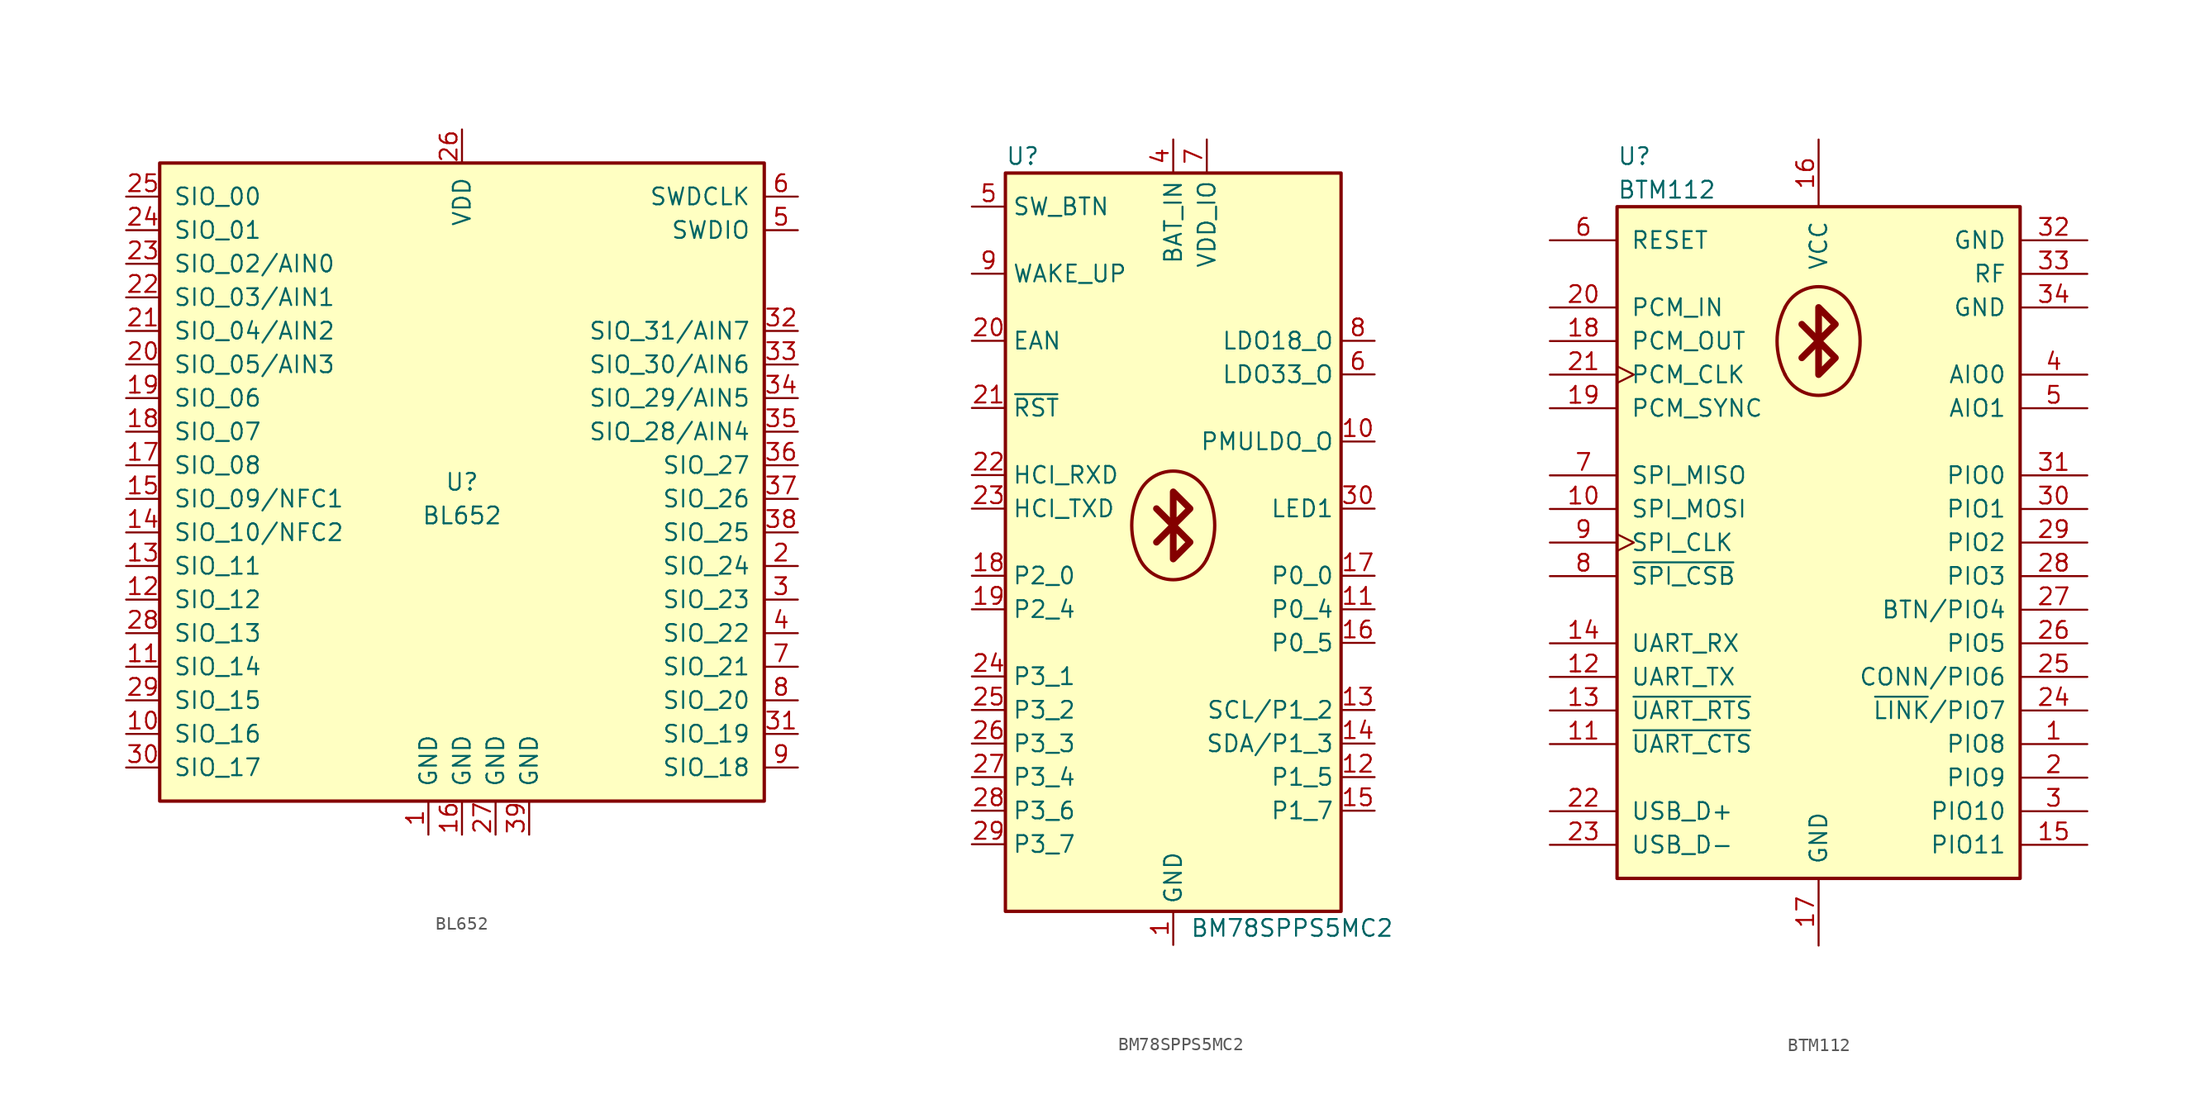
<source format=kicad_sym>
(kicad_symbol_lib
  (version 20231120)
  (generator "kicad_symbol_editor")
  (generator_version "8.0")
  (symbol "BL652"
    (pin_names
      (offset 1.016))
    (property "Reference" "U"
      (at 0 1.27 0)
      (effects (font (size 1.27 1.27))))
    (property "Value" "BL652"
      (at 0 -1.27 0)
      (effects (font (size 1.27 1.27))))
    (symbol "BL652_0_1"
      (rectangle (start 22.86 25.4) (end -22.86 -22.86) (stroke (width 0.254) (type default)) (fill (type background))))
    (symbol "BL652_1_1"
      (pin power_in line (at -2.54 -25.4 90) (length 2.54) (name "GND" (effects (font (size 1.27 1.27)))) (number "1" (effects (font (size 1.27 1.27)))))
      (pin bidirectional line (at -25.4 -17.78 0) (length 2.54) (name "SIO_16" (effects (font (size 1.27 1.27)))) (number "10" (effects (font (size 1.27 1.27)))))
      (pin bidirectional line (at -25.4 -12.7 0) (length 2.54) (name "SIO_14" (effects (font (size 1.27 1.27)))) (number "11" (effects (font (size 1.27 1.27)))))
      (pin bidirectional line (at -25.4 -7.62 0) (length 2.54) (name "SIO_12" (effects (font (size 1.27 1.27)))) (number "12" (effects (font (size 1.27 1.27)))))
      (pin bidirectional line (at -25.4 -5.08 0) (length 2.54) (name "SIO_11" (effects (font (size 1.27 1.27)))) (number "13" (effects (font (size 1.27 1.27)))))
      (pin bidirectional line (at -25.4 -2.54 0) (length 2.54) (name "SIO_10/NFC2" (effects (font (size 1.27 1.27)))) (number "14" (effects (font (size 1.27 1.27)))))
      (pin bidirectional line (at -25.4 0 0) (length 2.54) (name "SIO_09/NFC1" (effects (font (size 1.27 1.27)))) (number "15" (effects (font (size 1.27 1.27)))))
      (pin power_in line (at 0 -25.4 90) (length 2.54) (name "GND" (effects (font (size 1.27 1.27)))) (number "16" (effects (font (size 1.27 1.27)))))
      (pin bidirectional line (at -25.4 2.54 0) (length 2.54) (name "SIO_08" (effects (font (size 1.27 1.27)))) (number "17" (effects (font (size 1.27 1.27)))))
      (pin bidirectional line (at -25.4 5.08 0) (length 2.54) (name "SIO_07" (effects (font (size 1.27 1.27)))) (number "18" (effects (font (size 1.27 1.27)))))
      (pin bidirectional line (at -25.4 7.62 0) (length 2.54) (name "SIO_06" (effects (font (size 1.27 1.27)))) (number "19" (effects (font (size 1.27 1.27)))))
      (pin bidirectional line (at 25.4 -5.08 180) (length 2.54) (name "SIO_24" (effects (font (size 1.27 1.27)))) (number "2" (effects (font (size 1.27 1.27)))))
      (pin bidirectional line (at -25.4 10.16 0) (length 2.54) (name "SIO_05/AIN3" (effects (font (size 1.27 1.27)))) (number "20" (effects (font (size 1.27 1.27)))))
      (pin bidirectional line (at -25.4 12.7 0) (length 2.54) (name "SIO_04/AIN2" (effects (font (size 1.27 1.27)))) (number "21" (effects (font (size 1.27 1.27)))))
      (pin bidirectional line (at -25.4 15.24 0) (length 2.54) (name "SIO_03/AIN1" (effects (font (size 1.27 1.27)))) (number "22" (effects (font (size 1.27 1.27)))))
      (pin bidirectional line (at -25.4 17.78 0) (length 2.54) (name "SIO_02/AIN0" (effects (font (size 1.27 1.27)))) (number "23" (effects (font (size 1.27 1.27)))))
      (pin bidirectional line (at -25.4 20.32 0) (length 2.54) (name "SIO_01" (effects (font (size 1.27 1.27)))) (number "24" (effects (font (size 1.27 1.27)))))
      (pin bidirectional line (at -25.4 22.86 0) (length 2.54) (name "SIO_00" (effects (font (size 1.27 1.27)))) (number "25" (effects (font (size 1.27 1.27)))))
      (pin power_in line (at 0 27.94 270) (length 2.54) (name "VDD" (effects (font (size 1.27 1.27)))) (number "26" (effects (font (size 1.27 1.27)))))
      (pin power_in line (at 2.54 -25.4 90) (length 2.54) (name "GND" (effects (font (size 1.27 1.27)))) (number "27" (effects (font (size 1.27 1.27)))))
      (pin bidirectional line (at -25.4 -10.16 0) (length 2.54) (name "SIO_13" (effects (font (size 1.27 1.27)))) (number "28" (effects (font (size 1.27 1.27)))))
      (pin bidirectional line (at -25.4 -15.24 0) (length 2.54) (name "SIO_15" (effects (font (size 1.27 1.27)))) (number "29" (effects (font (size 1.27 1.27)))))
      (pin bidirectional line (at 25.4 -7.62 180) (length 2.54) (name "SIO_23" (effects (font (size 1.27 1.27)))) (number "3" (effects (font (size 1.27 1.27)))))
      (pin bidirectional line (at -25.4 -20.32 0) (length 2.54) (name "SIO_17" (effects (font (size 1.27 1.27)))) (number "30" (effects (font (size 1.27 1.27)))))
      (pin bidirectional line (at 25.4 -17.78 180) (length 2.54) (name "SIO_19" (effects (font (size 1.27 1.27)))) (number "31" (effects (font (size 1.27 1.27)))))
      (pin bidirectional line (at 25.4 12.7 180) (length 2.54) (name "SIO_31/AIN7" (effects (font (size 1.27 1.27)))) (number "32" (effects (font (size 1.27 1.27)))))
      (pin bidirectional line (at 25.4 10.16 180) (length 2.54) (name "SIO_30/AIN6" (effects (font (size 1.27 1.27)))) (number "33" (effects (font (size 1.27 1.27)))))
      (pin bidirectional line (at 25.4 7.62 180) (length 2.54) (name "SIO_29/AIN5" (effects (font (size 1.27 1.27)))) (number "34" (effects (font (size 1.27 1.27)))))
      (pin bidirectional line (at 25.4 5.08 180) (length 2.54) (name "SIO_28/AIN4" (effects (font (size 1.27 1.27)))) (number "35" (effects (font (size 1.27 1.27)))))
      (pin bidirectional line (at 25.4 2.54 180) (length 2.54) (name "SIO_27" (effects (font (size 1.27 1.27)))) (number "36" (effects (font (size 1.27 1.27)))))
      (pin bidirectional line (at 25.4 0 180) (length 2.54) (name "SIO_26" (effects (font (size 1.27 1.27)))) (number "37" (effects (font (size 1.27 1.27)))))
      (pin bidirectional line (at 25.4 -2.54 180) (length 2.54) (name "SIO_25" (effects (font (size 1.27 1.27)))) (number "38" (effects (font (size 1.27 1.27)))))
      (pin power_in line (at 5.08 -25.4 90) (length 2.54) (name "GND" (effects (font (size 1.27 1.27)))) (number "39" (effects (font (size 1.27 1.27)))))
      (pin bidirectional line (at 25.4 -10.16 180) (length 2.54) (name "SIO_22" (effects (font (size 1.27 1.27)))) (number "4" (effects (font (size 1.27 1.27)))))
      (pin bidirectional line (at 25.4 20.32 180) (length 2.54) (name "SWDIO" (effects (font (size 1.27 1.27)))) (number "5" (effects (font (size 1.27 1.27)))))
      (pin bidirectional line (at 25.4 22.86 180) (length 2.54) (name "SWDCLK" (effects (font (size 1.27 1.27)))) (number "6" (effects (font (size 1.27 1.27)))))
      (pin bidirectional line (at 25.4 -12.7 180) (length 2.54) (name "SIO_21" (effects (font (size 1.27 1.27)))) (number "7" (effects (font (size 1.27 1.27)))))
      (pin bidirectional line (at 25.4 -15.24 180) (length 2.54) (name "SIO_20" (effects (font (size 1.27 1.27)))) (number "8" (effects (font (size 1.27 1.27)))))
      (pin bidirectional line (at 25.4 -20.32 180) (length 2.54) (name "SIO_18" (effects (font (size 1.27 1.27)))) (number "9" (effects (font (size 1.27 1.27)))))))
  (symbol "BM78SPPS5MC2"
    (property "Reference" "U"
      (at -12.7 29.21 0)
      (effects (font (size 1.27 1.27)) (justify left)))
    (property "Value" "BM78SPPS5MC2"
      (at 1.27 -29.21 0)
      (effects (font (size 1.27 1.27)) (justify left)))
    (symbol "BM78SPPS5MC2_0_1"
      (rectangle (start -12.7 27.94) (end 12.7 -27.94) (stroke (width 0.254) (type default)) (fill (type background)))
      (arc (start -2.54 -1.27) (mid 0 -2.8398) (end 2.54 -1.27) (stroke (width 0.254) (type default)) (fill (type background)))
      (arc (start -2.54 3.81) (mid -3.1396 1.27) (end -2.54 -1.27) (stroke (width 0.254) (type default)) (fill (type background)))
      (polyline (pts (xy 0 1.27) (xy -1.27 0)) (stroke (width 0.508) (type default)) (fill (type none)))
      (polyline (pts (xy 0 1.27) (xy -1.27 2.54)) (stroke (width 0.508) (type default)) (fill (type none)))
      (polyline (pts (xy 0 3.81) (xy 1.27 2.54) (xy 0 1.27) (xy 1.27 0) (xy 0 -1.27) (xy 0 3.81)) (stroke (width 0.508) (type default)) (fill (type none)))
      (arc (start 2.54 -1.27) (mid 3.1396 1.27) (end 2.54 3.81) (stroke (width 0.254) (type default)) (fill (type background)))
      (arc (start 2.54 3.81) (mid 0 5.3798) (end -2.54 3.81) (stroke (width 0.254) (type default)) (fill (type background))))
    (symbol "BM78SPPS5MC2_1_1"
      (pin power_in line (at 0 -30.48 90) (length 2.54) (name "GND" (effects (font (size 1.27 1.27)))) (number "1" (effects (font (size 1.27 1.27)))))
      (pin passive line (at 15.24 7.62 180) (length 2.54) (name "PMULDO_O" (effects (font (size 1.27 1.27)))) (number "10" (effects (font (size 1.27 1.27)))))
      (pin output line (at 15.24 -5.08 180) (length 2.54) (name "P0_4" (effects (font (size 1.27 1.27)))) (number "11" (effects (font (size 1.27 1.27)))))
      (pin output line (at 15.24 -17.78 180) (length 2.54) (name "P1_5" (effects (font (size 1.27 1.27)))) (number "12" (effects (font (size 1.27 1.27)))))
      (pin output line (at 15.24 -12.7 180) (length 2.54) (name "SCL/P1_2" (effects (font (size 1.27 1.27)))) (number "13" (effects (font (size 1.27 1.27)))))
      (pin bidirectional line (at 15.24 -15.24 180) (length 2.54) (name "SDA/P1_3" (effects (font (size 1.27 1.27)))) (number "14" (effects (font (size 1.27 1.27)))))
      (pin bidirectional line (at 15.24 -20.32 180) (length 2.54) (name "P1_7" (effects (font (size 1.27 1.27)))) (number "15" (effects (font (size 1.27 1.27)))))
      (pin bidirectional line (at 15.24 -7.62 180) (length 2.54) (name "P0_5" (effects (font (size 1.27 1.27)))) (number "16" (effects (font (size 1.27 1.27)))))
      (pin bidirectional line (at 15.24 -2.54 180) (length 2.54) (name "P0_0" (effects (font (size 1.27 1.27)))) (number "17" (effects (font (size 1.27 1.27)))))
      (pin input line (at -15.24 -2.54 0) (length 2.54) (name "P2_0" (effects (font (size 1.27 1.27)))) (number "18" (effects (font (size 1.27 1.27)))))
      (pin input line (at -15.24 -5.08 0) (length 2.54) (name "P2_4" (effects (font (size 1.27 1.27)))) (number "19" (effects (font (size 1.27 1.27)))))
      (pin passive line (at 0 -30.48 90) (length 2.54) hide (name "GND" (effects (font (size 1.27 1.27)))) (number "2" (effects (font (size 1.27 1.27)))))
      (pin input line (at -15.24 15.24 0) (length 2.54) (name "EAN" (effects (font (size 1.27 1.27)))) (number "20" (effects (font (size 1.27 1.27)))))
      (pin input line (at -15.24 10.16 0) (length 2.54) (name "~{RST}" (effects (font (size 1.27 1.27)))) (number "21" (effects (font (size 1.27 1.27)))))
      (pin input line (at -15.24 5.08 0) (length 2.54) (name "HCI_RXD" (effects (font (size 1.27 1.27)))) (number "22" (effects (font (size 1.27 1.27)))))
      (pin output line (at -15.24 2.54 0) (length 2.54) (name "HCI_TXD" (effects (font (size 1.27 1.27)))) (number "23" (effects (font (size 1.27 1.27)))))
      (pin bidirectional line (at -15.24 -10.16 0) (length 2.54) (name "P3_1" (effects (font (size 1.27 1.27)))) (number "24" (effects (font (size 1.27 1.27)))))
      (pin bidirectional line (at -15.24 -12.7 0) (length 2.54) (name "P3_2" (effects (font (size 1.27 1.27)))) (number "25" (effects (font (size 1.27 1.27)))))
      (pin bidirectional line (at -15.24 -15.24 0) (length 2.54) (name "P3_3" (effects (font (size 1.27 1.27)))) (number "26" (effects (font (size 1.27 1.27)))))
      (pin bidirectional line (at -15.24 -17.78 0) (length 2.54) (name "P3_4" (effects (font (size 1.27 1.27)))) (number "27" (effects (font (size 1.27 1.27)))))
      (pin bidirectional line (at -15.24 -20.32 0) (length 2.54) (name "P3_6" (effects (font (size 1.27 1.27)))) (number "28" (effects (font (size 1.27 1.27)))))
      (pin bidirectional line (at -15.24 -22.86 0) (length 2.54) (name "P3_7" (effects (font (size 1.27 1.27)))) (number "29" (effects (font (size 1.27 1.27)))))
      (pin passive line (at 0 -30.48 90) (length 2.54) hide (name "GND" (effects (font (size 1.27 1.27)))) (number "3" (effects (font (size 1.27 1.27)))))
      (pin output line (at 15.24 2.54 180) (length 2.54) (name "LED1" (effects (font (size 1.27 1.27)))) (number "30" (effects (font (size 1.27 1.27)))))
      (pin passive line (at 0 -30.48 90) (length 2.54) hide (name "GND" (effects (font (size 1.27 1.27)))) (number "31" (effects (font (size 1.27 1.27)))))
      (pin passive line (at 0 -30.48 90) (length 2.54) hide (name "GND" (effects (font (size 1.27 1.27)))) (number "32" (effects (font (size 1.27 1.27)))))
      (pin passive line (at 0 -30.48 90) (length 2.54) hide (name "GND" (effects (font (size 1.27 1.27)))) (number "33" (effects (font (size 1.27 1.27)))))
      (pin power_in line (at 0 30.48 270) (length 2.54) (name "BAT_IN" (effects (font (size 1.27 1.27)))) (number "4" (effects (font (size 1.27 1.27)))))
      (pin input line (at -15.24 25.4 0) (length 2.54) (name "SW_BTN" (effects (font (size 1.27 1.27)))) (number "5" (effects (font (size 1.27 1.27)))))
      (pin power_out line (at 15.24 12.7 180) (length 2.54) (name "LDO33_O" (effects (font (size 1.27 1.27)))) (number "6" (effects (font (size 1.27 1.27)))))
      (pin power_in line (at 2.54 30.48 270) (length 2.54) (name "VDD_IO" (effects (font (size 1.27 1.27)))) (number "7" (effects (font (size 1.27 1.27)))))
      (pin power_out line (at 15.24 15.24 180) (length 2.54) (name "LDO18_O" (effects (font (size 1.27 1.27)))) (number "8" (effects (font (size 1.27 1.27)))))
      (pin input line (at -15.24 20.32 0) (length 2.54) (name "WAKE_UP" (effects (font (size 1.27 1.27)))) (number "9" (effects (font (size 1.27 1.27)))))))
  (symbol "BTM112"
    (pin_names
      (offset 1.016))
    (property "Reference" "U"
      (at -15.24 29.21 0)
      (effects (font (size 1.27 1.27)) (justify left)))
    (property "Value" "BTM112"
      (at -15.24 26.67 0)
      (effects (font (size 1.27 1.27)) (justify left)))
    (symbol "BTM112_0_1"
      (rectangle (start -15.24 25.4) (end 15.24 -25.4) (stroke (width 0.254) (type default)) (fill (type background)))
      (arc (start -2.54 12.7) (mid 0 11.1302) (end 2.54 12.7) (stroke (width 0.254) (type default)) (fill (type background)))
      (arc (start -2.54 17.78) (mid -3.1396 15.24) (end -2.54 12.7) (stroke (width 0.254) (type default)) (fill (type background)))
      (polyline (pts (xy 0 15.24) (xy -1.27 13.97)) (stroke (width 0.508) (type default)) (fill (type none)))
      (polyline (pts (xy 0 15.24) (xy -1.27 16.51)) (stroke (width 0.508) (type default)) (fill (type none)))
      (polyline (pts (xy 0 17.78) (xy 1.27 16.51) (xy 0 15.24) (xy 1.27 13.97) (xy 0 12.7) (xy 0 17.78)) (stroke (width 0.508) (type default)) (fill (type none)))
      (arc (start 2.54 12.7) (mid 3.1396 15.24) (end 2.54 17.78) (stroke (width 0.254) (type default)) (fill (type background)))
      (arc (start 2.54 17.78) (mid 0 19.3498) (end -2.54 17.78) (stroke (width 0.254) (type default)) (fill (type background))))
    (symbol "BTM112_1_1"
      (pin bidirectional line (at 20.32 -15.24 180) (length 5.08) (name "PIO8" (effects (font (size 1.27 1.27)))) (number "1" (effects (font (size 1.27 1.27)))))
      (pin input line (at -20.32 2.54 0) (length 5.08) (name "SPI_MOSI" (effects (font (size 1.27 1.27)))) (number "10" (effects (font (size 1.27 1.27)))))
      (pin input line (at -20.32 -15.24 0) (length 5.08) (name "~{UART_CTS}" (effects (font (size 1.27 1.27)))) (number "11" (effects (font (size 1.27 1.27)))))
      (pin output line (at -20.32 -10.16 0) (length 5.08) (name "UART_TX" (effects (font (size 1.27 1.27)))) (number "12" (effects (font (size 1.27 1.27)))))
      (pin output line (at -20.32 -12.7 0) (length 5.08) (name "~{UART_RTS}" (effects (font (size 1.27 1.27)))) (number "13" (effects (font (size 1.27 1.27)))))
      (pin input line (at -20.32 -7.62 0) (length 5.08) (name "UART_RX" (effects (font (size 1.27 1.27)))) (number "14" (effects (font (size 1.27 1.27)))))
      (pin bidirectional line (at 20.32 -22.86 180) (length 5.08) (name "PIO11" (effects (font (size 1.27 1.27)))) (number "15" (effects (font (size 1.27 1.27)))))
      (pin power_in line (at 0 30.48 270) (length 5.08) (name "VCC" (effects (font (size 1.27 1.27)))) (number "16" (effects (font (size 1.27 1.27)))))
      (pin power_in line (at 0 -30.48 90) (length 5.08) (name "GND" (effects (font (size 1.27 1.27)))) (number "17" (effects (font (size 1.27 1.27)))))
      (pin output line (at -20.32 15.24 0) (length 5.08) (name "PCM_OUT" (effects (font (size 1.27 1.27)))) (number "18" (effects (font (size 1.27 1.27)))))
      (pin bidirectional line (at -20.32 10.16 0) (length 5.08) (name "PCM_SYNC" (effects (font (size 1.27 1.27)))) (number "19" (effects (font (size 1.27 1.27)))))
      (pin bidirectional line (at 20.32 -17.78 180) (length 5.08) (name "PIO9" (effects (font (size 1.27 1.27)))) (number "2" (effects (font (size 1.27 1.27)))))
      (pin input line (at -20.32 17.78 0) (length 5.08) (name "PCM_IN" (effects (font (size 1.27 1.27)))) (number "20" (effects (font (size 1.27 1.27)))))
      (pin bidirectional clock (at -20.32 12.7 0) (length 5.08) (name "PCM_CLK" (effects (font (size 1.27 1.27)))) (number "21" (effects (font (size 1.27 1.27)))))
      (pin bidirectional line (at -20.32 -20.32 0) (length 5.08) (name "USB_D+" (effects (font (size 1.27 1.27)))) (number "22" (effects (font (size 1.27 1.27)))))
      (pin bidirectional line (at -20.32 -22.86 0) (length 5.08) (name "USB_D-" (effects (font (size 1.27 1.27)))) (number "23" (effects (font (size 1.27 1.27)))))
      (pin bidirectional line (at 20.32 -12.7 180) (length 5.08) (name "~{LINK}/PIO7" (effects (font (size 1.27 1.27)))) (number "24" (effects (font (size 1.27 1.27)))))
      (pin bidirectional line (at 20.32 -10.16 180) (length 5.08) (name "CONN/PIO6" (effects (font (size 1.27 1.27)))) (number "25" (effects (font (size 1.27 1.27)))))
      (pin bidirectional line (at 20.32 -7.62 180) (length 5.08) (name "PIO5" (effects (font (size 1.27 1.27)))) (number "26" (effects (font (size 1.27 1.27)))))
      (pin bidirectional line (at 20.32 -5.08 180) (length 5.08) (name "BTN/PIO4" (effects (font (size 1.27 1.27)))) (number "27" (effects (font (size 1.27 1.27)))))
      (pin bidirectional line (at 20.32 -2.54 180) (length 5.08) (name "PIO3" (effects (font (size 1.27 1.27)))) (number "28" (effects (font (size 1.27 1.27)))))
      (pin bidirectional line (at 20.32 0 180) (length 5.08) (name "PIO2" (effects (font (size 1.27 1.27)))) (number "29" (effects (font (size 1.27 1.27)))))
      (pin bidirectional line (at 20.32 -20.32 180) (length 5.08) (name "PIO10" (effects (font (size 1.27 1.27)))) (number "3" (effects (font (size 1.27 1.27)))))
      (pin bidirectional line (at 20.32 2.54 180) (length 5.08) (name "PIO1" (effects (font (size 1.27 1.27)))) (number "30" (effects (font (size 1.27 1.27)))))
      (pin bidirectional line (at 20.32 5.08 180) (length 5.08) (name "PIO0" (effects (font (size 1.27 1.27)))) (number "31" (effects (font (size 1.27 1.27)))))
      (pin power_in line (at 20.32 22.86 180) (length 5.08) (name "GND" (effects (font (size 1.27 1.27)))) (number "32" (effects (font (size 1.27 1.27)))))
      (pin passive line (at 20.32 20.32 180) (length 5.08) (name "RF" (effects (font (size 1.27 1.27)))) (number "33" (effects (font (size 1.27 1.27)))))
      (pin power_in line (at 20.32 17.78 180) (length 5.08) (name "GND" (effects (font (size 1.27 1.27)))) (number "34" (effects (font (size 1.27 1.27)))))
      (pin passive line (at 20.32 12.7 180) (length 5.08) (name "AIO0" (effects (font (size 1.27 1.27)))) (number "4" (effects (font (size 1.27 1.27)))))
      (pin passive line (at 20.32 10.16 180) (length 5.08) (name "AIO1" (effects (font (size 1.27 1.27)))) (number "5" (effects (font (size 1.27 1.27)))))
      (pin input line (at -20.32 22.86 0) (length 5.08) (name "RESET" (effects (font (size 1.27 1.27)))) (number "6" (effects (font (size 1.27 1.27)))))
      (pin output line (at -20.32 5.08 0) (length 5.08) (name "SPI_MISO" (effects (font (size 1.27 1.27)))) (number "7" (effects (font (size 1.27 1.27)))))
      (pin input line (at -20.32 -2.54 0) (length 5.08) (name "~{SPI_CSB}" (effects (font (size 1.27 1.27)))) (number "8" (effects (font (size 1.27 1.27)))))
      (pin input clock (at -20.32 0 0) (length 5.08) (name "SPI_CLK" (effects (font (size 1.27 1.27)))) (number "9" (effects (font (size 1.27 1.27))))))))
</source>
